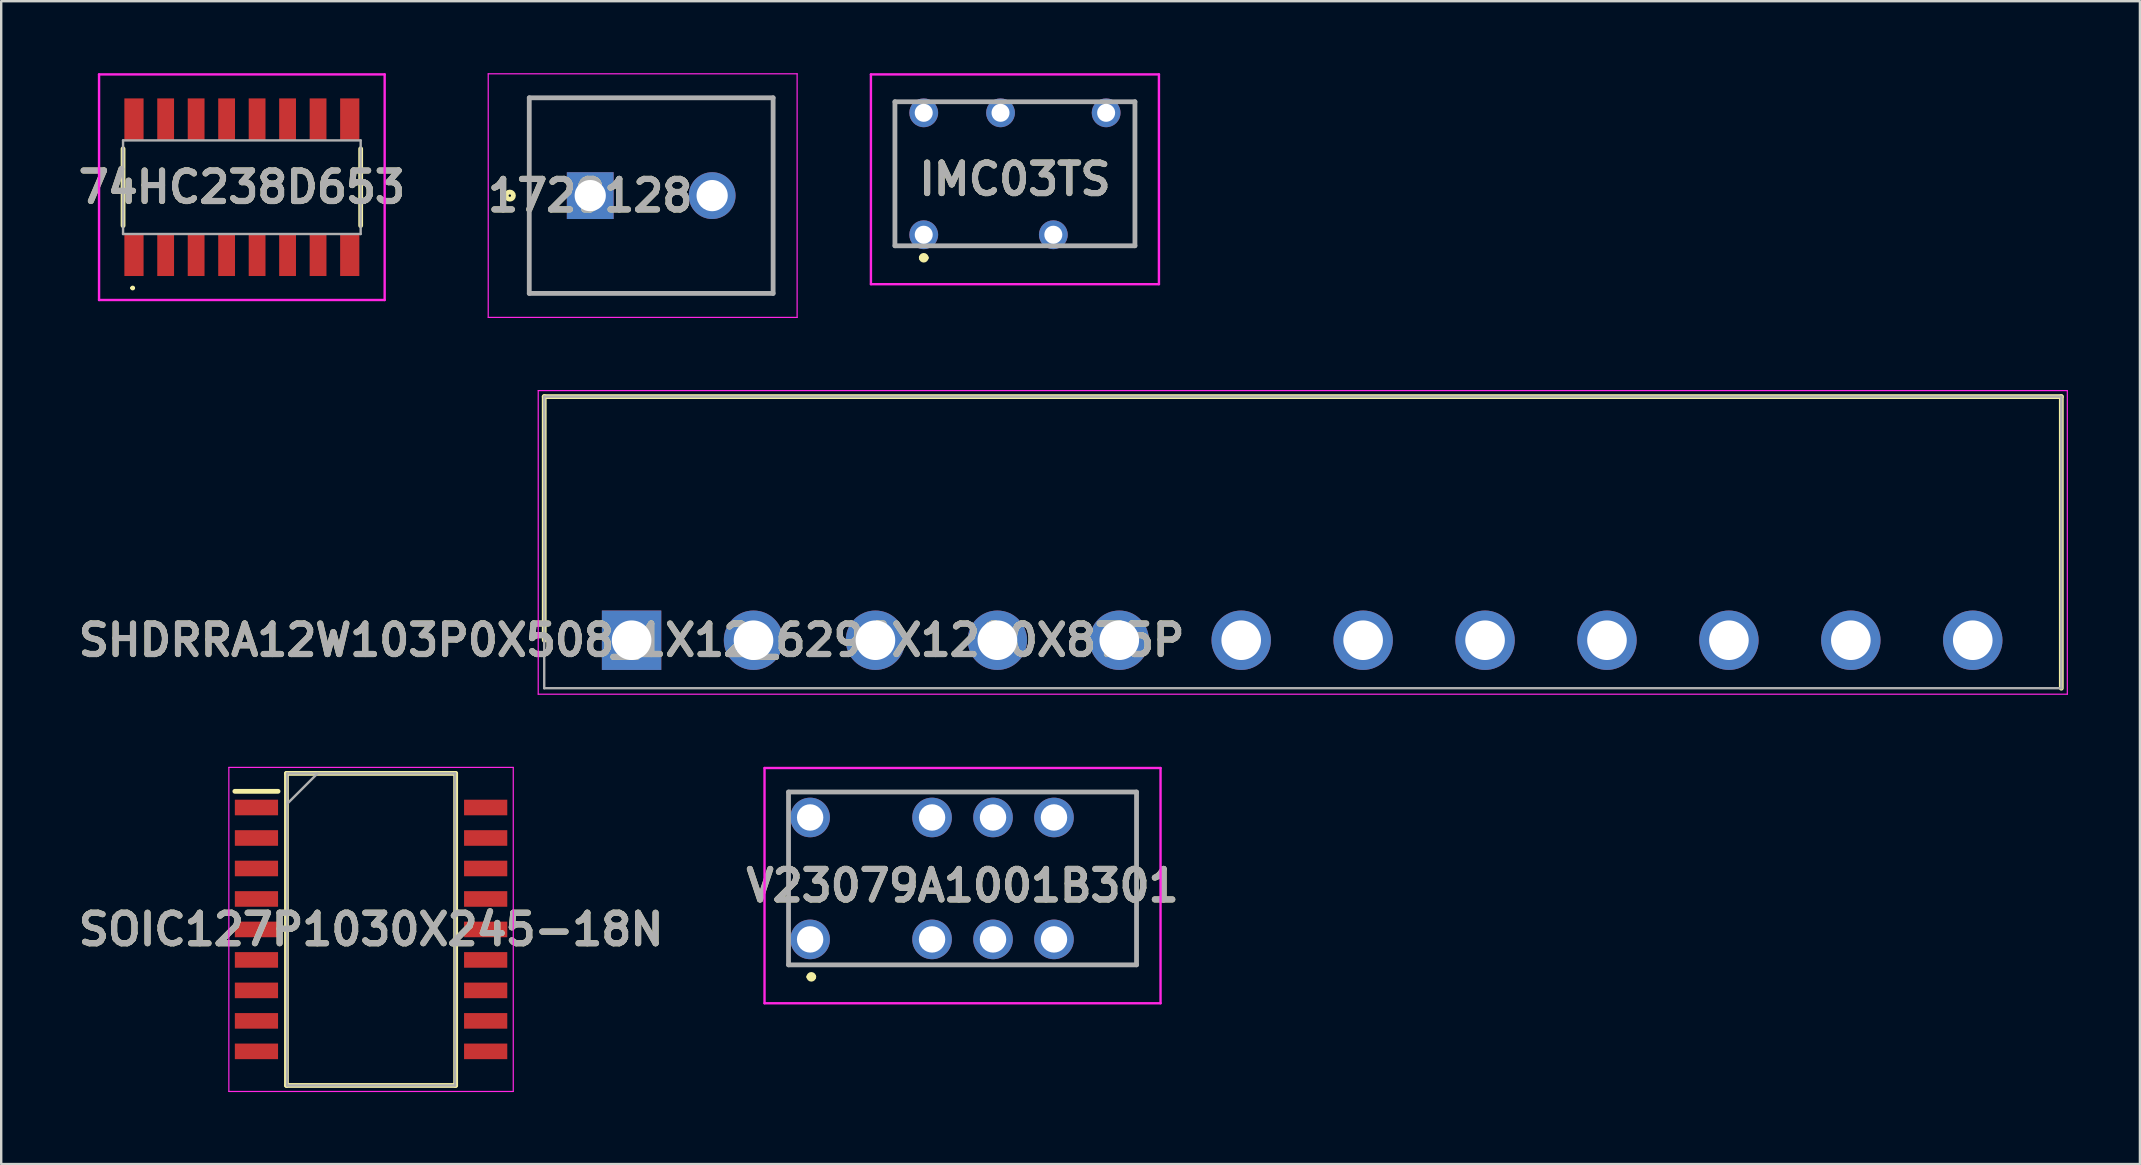
<source format=kicad_pcb>
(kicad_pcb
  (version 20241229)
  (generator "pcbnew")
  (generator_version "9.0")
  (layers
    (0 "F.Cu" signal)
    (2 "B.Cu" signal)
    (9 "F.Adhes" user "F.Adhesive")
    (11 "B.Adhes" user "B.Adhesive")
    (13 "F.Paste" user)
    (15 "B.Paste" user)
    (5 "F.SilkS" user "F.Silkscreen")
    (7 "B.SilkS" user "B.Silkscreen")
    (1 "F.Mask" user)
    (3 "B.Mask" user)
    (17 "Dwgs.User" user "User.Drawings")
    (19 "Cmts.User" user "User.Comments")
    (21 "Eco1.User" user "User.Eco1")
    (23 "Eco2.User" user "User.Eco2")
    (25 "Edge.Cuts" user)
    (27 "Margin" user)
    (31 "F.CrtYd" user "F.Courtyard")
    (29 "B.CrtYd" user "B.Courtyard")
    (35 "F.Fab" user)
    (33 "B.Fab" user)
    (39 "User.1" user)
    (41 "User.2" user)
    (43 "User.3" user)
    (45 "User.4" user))
  (footprint "1729128"
    (layer "F.Cu")
    (at 21.542 5.1)
    (property "Reference" "1729128" (at 0 0 0) (layer "F.SilkS") (effects (font (size 1.27 1.27) (thickness 0.254))))
    (attr through_hole)
    (fp_line (start -2.54 -4.075) (end 7.62 -4.075) (stroke (width 0.1) (type solid)) (layer "F.SilkS"))
    (fp_line (start -2.54 4.075) (end -2.54 -4.075) (stroke (width 0.1) (type solid)) (layer "F.SilkS"))
    (fp_line (start 7.62 -4.075) (end 7.62 4.075) (stroke (width 0.1) (type solid)) (layer "F.SilkS"))
    (fp_line (start 7.62 4.075) (end -2.54 4.075) (stroke (width 0.1) (type solid)) (layer "F.SilkS"))
    (fp_circle (center -3.35 0) (end -3.35 0.05) (stroke (width 0.2) (type solid)) (fill no) (layer "F.SilkS"))
    (fp_line (start -4.25 -5.075) (end 8.62 -5.075) (stroke (width 0.05) (type solid)) (layer "F.CrtYd"))
    (fp_line (start -4.25 5.075) (end -4.25 -5.075) (stroke (width 0.05) (type solid)) (layer "F.CrtYd"))
    (fp_line (start 8.62 -5.075) (end 8.62 5.075) (stroke (width 0.05) (type solid)) (layer "F.CrtYd"))
    (fp_line (start 8.62 5.075) (end -4.25 5.075) (stroke (width 0.05) (type solid)) (layer "F.CrtYd"))
    (fp_line (start -2.54 -4.075) (end 7.62 -4.075) (stroke (width 0.2) (type solid)) (layer "F.Fab"))
    (fp_line (start -2.54 4.075) (end -2.54 -4.075) (stroke (width 0.2) (type solid)) (layer "F.Fab"))
    (fp_line (start 7.62 -4.075) (end 7.62 4.075) (stroke (width 0.2) (type solid)) (layer "F.Fab"))
    (fp_line (start 7.62 4.075) (end -2.54 4.075) (stroke (width 0.2) (type solid)) (layer "F.Fab"))
    (fp_text user "${REFERENCE}" (at 0 0 0) (layer "F.Fab") (effects (font (size 1.27 1.27) (thickness 0.254))))
    (pad "1" thru_hole rect (at 0 0) (size 1.95 1.95) (drill 1.3) (layers "*.Cu" "*.Mask"))
    (pad "2" thru_hole circle (at 5.08 0) (size 1.95 1.95) (drill 1.3) (layers "*.Cu" "*.Mask")))
  (footprint "V23079A1001B301"
    (layer "F.Cu")
    (at 37.054 33.55)
    (property "Reference" "V23079A1001B301" (at 0 0.3 0) (layer "F.SilkS") (effects (font (size 1.27 1.27) (thickness 0.254))))
    (attr through_hole)
    (fp_line (start -7.25 -3.6) (end 7.25 -3.6) (stroke (width 0.1) (type solid)) (layer "F.SilkS"))
    (fp_line (start -7.25 -1.5) (end -7.25 1.5) (stroke (width 0.1) (type solid)) (layer "F.SilkS"))
    (fp_line (start -7.25 3.6) (end 7.25 3.6) (stroke (width 0.1) (type solid)) (layer "F.SilkS"))
    (fp_line (start -6.4 4.1) (end -6.4 4.1) (stroke (width 0.2) (type solid)) (layer "F.SilkS"))
    (fp_line (start -6.2 4.1) (end -6.2 4.1) (stroke (width 0.2) (type solid)) (layer "F.SilkS"))
    (fp_line (start 7.25 -3.6) (end 7.25 3.6) (stroke (width 0.1) (type solid)) (layer "F.SilkS"))
    (fp_arc (start -6.4 4.1) (mid -6.3 4) (end -6.2 4.1) (stroke (width 0.2) (type solid)) (layer "F.SilkS"))
    (fp_arc (start -6.2 4.1) (mid -6.3 4.2) (end -6.4 4.1) (stroke (width 0.2) (type solid)) (layer "F.SilkS"))
    (fp_line (start -8.25 -4.6) (end 8.25 -4.6) (stroke (width 0.1) (type solid)) (layer "F.CrtYd"))
    (fp_line (start -8.25 5.2) (end -8.25 -4.6) (stroke (width 0.1) (type solid)) (layer "F.CrtYd"))
    (fp_line (start 8.25 -4.6) (end 8.25 5.2) (stroke (width 0.1) (type solid)) (layer "F.CrtYd"))
    (fp_line (start 8.25 5.2) (end -8.25 5.2) (stroke (width 0.1) (type solid)) (layer "F.CrtYd"))
    (fp_line (start -7.25 -3.6) (end 7.25 -3.6) (stroke (width 0.2) (type solid)) (layer "F.Fab"))
    (fp_line (start -7.25 3.6) (end -7.25 -3.6) (stroke (width 0.2) (type solid)) (layer "F.Fab"))
    (fp_line (start 7.25 -3.6) (end 7.25 3.6) (stroke (width 0.2) (type solid)) (layer "F.Fab"))
    (fp_line (start 7.25 3.6) (end -7.25 3.6) (stroke (width 0.2) (type solid)) (layer "F.Fab"))
    (fp_text user "${REFERENCE}" (at 0 0.3 0) (layer "F.Fab") (effects (font (size 1.27 1.27) (thickness 0.254))))
    (pad "1" thru_hole circle (at -6.35 2.54) (size 1.65 1.65) (drill 1.1) (layers "*.Cu" "*.Mask"))
    (pad "3" thru_hole circle (at -1.27 2.54) (size 1.65 1.65) (drill 1.1) (layers "*.Cu" "*.Mask"))
    (pad "4" thru_hole circle (at 1.27 2.54) (size 1.65 1.65) (drill 1.1) (layers "*.Cu" "*.Mask"))
    (pad "5" thru_hole circle (at 3.81 2.54) (size 1.65 1.65) (drill 1.1) (layers "*.Cu" "*.Mask"))
    (pad "8" thru_hole circle (at 3.81 -2.54) (size 1.65 1.65) (drill 1.1) (layers "*.Cu" "*.Mask"))
    (pad "9" thru_hole circle (at 1.27 -2.54) (size 1.65 1.65) (drill 1.1) (layers "*.Cu" "*.Mask"))
    (pad "10" thru_hole circle (at -1.27 -2.54) (size 1.65 1.65) (drill 1.1) (layers "*.Cu" "*.Mask"))
    (pad "12" thru_hole circle (at -6.35 -2.54) (size 1.65 1.65) (drill 1.1) (layers "*.Cu" "*.Mask")))
  (footprint "SOIC127P1030X245-18N"
    (layer "F.Cu")
    (at 12.41 35.675)
    (property "Reference" "SOIC127P1030X245-18N" (at 0 0 0) (layer "F.SilkS") (effects (font (size 1.27 1.27) (thickness 0.254))))
    (attr smd)
    (fp_line (start -5.675 -5.755) (end -3.875 -5.755) (stroke (width 0.2) (type solid)) (layer "F.SilkS"))
    (fp_line (start -3.525 -6.5) (end 3.525 -6.5) (stroke (width 0.2) (type solid)) (layer "F.SilkS"))
    (fp_line (start -3.525 6.5) (end -3.525 -6.5) (stroke (width 0.2) (type solid)) (layer "F.SilkS"))
    (fp_line (start 3.525 -6.5) (end 3.525 6.5) (stroke (width 0.2) (type solid)) (layer "F.SilkS"))
    (fp_line (start 3.525 6.5) (end -3.525 6.5) (stroke (width 0.2) (type solid)) (layer "F.SilkS"))
    (fp_line (start -5.925 -6.75) (end 5.925 -6.75) (stroke (width 0.05) (type solid)) (layer "F.CrtYd"))
    (fp_line (start -5.925 6.75) (end -5.925 -6.75) (stroke (width 0.05) (type solid)) (layer "F.CrtYd"))
    (fp_line (start 5.925 -6.75) (end 5.925 6.75) (stroke (width 0.05) (type solid)) (layer "F.CrtYd"))
    (fp_line (start 5.925 6.75) (end -5.925 6.75) (stroke (width 0.05) (type solid)) (layer "F.CrtYd"))
    (fp_line (start -3.5 -6.5) (end 3.5 -6.5) (stroke (width 0.1) (type solid)) (layer "F.Fab"))
    (fp_line (start -3.5 -5.23) (end -2.23 -6.5) (stroke (width 0.1) (type solid)) (layer "F.Fab"))
    (fp_line (start -3.5 6.5) (end -3.5 -6.5) (stroke (width 0.1) (type solid)) (layer "F.Fab"))
    (fp_line (start 3.5 -6.5) (end 3.5 6.5) (stroke (width 0.1) (type solid)) (layer "F.Fab"))
    (fp_line (start 3.5 6.5) (end -3.5 6.5) (stroke (width 0.1) (type solid)) (layer "F.Fab"))
    (fp_text user "${REFERENCE}" (at 0 0 0) (layer "F.Fab") (effects (font (size 1.27 1.27) (thickness 0.254))))
    (pad "1" smd rect (at -4.775 -5.08 90) (size 0.65 1.8) (layers "F.Cu" "F.Mask" "F.Paste"))
    (pad "2" smd rect (at -4.775 -3.81 90) (size 0.65 1.8) (layers "F.Cu" "F.Mask" "F.Paste"))
    (pad "3" smd rect (at -4.775 -2.54 90) (size 0.65 1.8) (layers "F.Cu" "F.Mask" "F.Paste"))
    (pad "4" smd rect (at -4.775 -1.27 90) (size 0.65 1.8) (layers "F.Cu" "F.Mask" "F.Paste"))
    (pad "5" smd rect (at -4.775 0 90) (size 0.65 1.8) (layers "F.Cu" "F.Mask" "F.Paste"))
    (pad "6" smd rect (at -4.775 1.27 90) (size 0.65 1.8) (layers "F.Cu" "F.Mask" "F.Paste"))
    (pad "7" smd rect (at -4.775 2.54 90) (size 0.65 1.8) (layers "F.Cu" "F.Mask" "F.Paste"))
    (pad "8" smd rect (at -4.775 3.81 90) (size 0.65 1.8) (layers "F.Cu" "F.Mask" "F.Paste"))
    (pad "9" smd rect (at -4.775 5.08 90) (size 0.65 1.8) (layers "F.Cu" "F.Mask" "F.Paste"))
    (pad "10" smd rect (at 4.775 5.08 90) (size 0.65 1.8) (layers "F.Cu" "F.Mask" "F.Paste"))
    (pad "11" smd rect (at 4.775 3.81 90) (size 0.65 1.8) (layers "F.Cu" "F.Mask" "F.Paste"))
    (pad "12" smd rect (at 4.775 2.54 90) (size 0.65 1.8) (layers "F.Cu" "F.Mask" "F.Paste"))
    (pad "13" smd rect (at 4.775 1.27 90) (size 0.65 1.8) (layers "F.Cu" "F.Mask" "F.Paste"))
    (pad "14" smd rect (at 4.775 0 90) (size 0.65 1.8) (layers "F.Cu" "F.Mask" "F.Paste"))
    (pad "15" smd rect (at 4.775 -1.27 90) (size 0.65 1.8) (layers "F.Cu" "F.Mask" "F.Paste"))
    (pad "16" smd rect (at 4.775 -2.54 90) (size 0.65 1.8) (layers "F.Cu" "F.Mask" "F.Paste"))
    (pad "17" smd rect (at 4.775 -3.81 90) (size 0.65 1.8) (layers "F.Cu" "F.Mask" "F.Paste"))
    (pad "18" smd rect (at 4.775 -5.08 90) (size 0.65 1.8) (layers "F.Cu" "F.Mask" "F.Paste")))
  (footprint "SHDRRA12W103P0X508_1X12_6296X1200X875P"
    (layer "F.Cu")
    (at 23.265 23.625)
    (property "Reference" "SHDRRA12W103P0X508_1X12_6296X1200X875P" (at 0 0 0) (layer "F.SilkS") (effects (font (size 1.27 1.27) (thickness 0.254))))
    (attr through_hole)
    (fp_line (start -3.64 -10.15) (end 59.57 -10.15) (stroke (width 0.2) (type solid)) (layer "F.SilkS"))
    (fp_line (start -3.64 0) (end -3.64 -10.15) (stroke (width 0.2) (type solid)) (layer "F.SilkS"))
    (fp_line (start 59.57 -10.15) (end 59.57 2) (stroke (width 0.2) (type solid)) (layer "F.SilkS"))
    (fp_line (start -3.89 -10.4) (end -3.89 2.25) (stroke (width 0.05) (type solid)) (layer "F.CrtYd"))
    (fp_line (start -3.89 2.25) (end 59.82 2.25) (stroke (width 0.05) (type solid)) (layer "F.CrtYd"))
    (fp_line (start 59.82 -10.4) (end -3.89 -10.4) (stroke (width 0.05) (type solid)) (layer "F.CrtYd"))
    (fp_line (start 59.82 2.25) (end 59.82 -10.4) (stroke (width 0.05) (type solid)) (layer "F.CrtYd"))
    (fp_line (start -3.64 -10.15) (end 59.57 -10.15) (stroke (width 0.1) (type solid)) (layer "F.Fab"))
    (fp_line (start -3.64 2) (end -3.64 -10.15) (stroke (width 0.1) (type solid)) (layer "F.Fab"))
    (fp_line (start 59.57 -10.15) (end 59.57 2) (stroke (width 0.1) (type solid)) (layer "F.Fab"))
    (fp_line (start 59.57 2) (end -3.64 2) (stroke (width 0.1) (type solid)) (layer "F.Fab"))
    (fp_text user "${REFERENCE}" (at 0 0 0) (layer "F.Fab") (effects (font (size 1.27 1.27) (thickness 0.254))))
    (pad "1" thru_hole rect (at 0 0) (size 2.475 2.475) (drill 1.65) (layers "*.Cu" "*.Mask"))
    (pad "2" thru_hole circle (at 5.08 0) (size 2.475 2.475) (drill 1.65) (layers "*.Cu" "*.Mask"))
    (pad "3" thru_hole circle (at 10.16 0) (size 2.475 2.475) (drill 1.65) (layers "*.Cu" "*.Mask"))
    (pad "4" thru_hole circle (at 15.24 0) (size 2.475 2.475) (drill 1.65) (layers "*.Cu" "*.Mask"))
    (pad "5" thru_hole circle (at 20.32 0) (size 2.475 2.475) (drill 1.65) (layers "*.Cu" "*.Mask"))
    (pad "6" thru_hole circle (at 25.4 0) (size 2.475 2.475) (drill 1.65) (layers "*.Cu" "*.Mask"))
    (pad "7" thru_hole circle (at 30.48 0) (size 2.475 2.475) (drill 1.65) (layers "*.Cu" "*.Mask"))
    (pad "8" thru_hole circle (at 35.56 0) (size 2.475 2.475) (drill 1.65) (layers "*.Cu" "*.Mask"))
    (pad "9" thru_hole circle (at 40.64 0) (size 2.475 2.475) (drill 1.65) (layers "*.Cu" "*.Mask"))
    (pad "10" thru_hole circle (at 45.72 0) (size 2.475 2.475) (drill 1.65) (layers "*.Cu" "*.Mask"))
    (pad "11" thru_hole circle (at 50.8 0) (size 2.475 2.475) (drill 1.65) (layers "*.Cu" "*.Mask"))
    (pad "12" thru_hole circle (at 55.88 0) (size 2.475 2.475) (drill 1.65) (layers "*.Cu" "*.Mask")))
  (footprint "IMC03TS"
    (layer "F.Cu")
    (at 39.237 4.42)
    (property "Reference" "IMC03TS" (at 0 0 0) (layer "F.SilkS") (effects (font (size 1.27 1.27) (thickness 0.254))))
    (attr through_hole)
    (fp_line (start -5 -3.23) (end -5 2.77) (stroke (width 0.1) (type solid)) (layer "F.SilkS"))
    (fp_line (start -3.9 3.27) (end -3.9 3.27) (stroke (width 0.2) (type solid)) (layer "F.SilkS"))
    (fp_line (start -3.7 3.27) (end -3.7 3.27) (stroke (width 0.2) (type solid)) (layer "F.SilkS"))
    (fp_line (start 5 -3.23) (end 5 2.77) (stroke (width 0.1) (type solid)) (layer "F.SilkS"))
    (fp_line (start 5 2.77) (end 2.62 2.77) (stroke (width 0.1) (type solid)) (layer "F.SilkS"))
    (fp_arc (start -3.9 3.27) (mid -3.8 3.17) (end -3.7 3.27) (stroke (width 0.2) (type solid)) (layer "F.SilkS"))
    (fp_arc (start -3.7 3.27) (mid -3.8 3.37) (end -3.9 3.27) (stroke (width 0.2) (type solid)) (layer "F.SilkS"))
    (fp_line (start -6 -4.37) (end 6 -4.37) (stroke (width 0.1) (type solid)) (layer "F.CrtYd"))
    (fp_line (start -6 4.37) (end -6 -4.37) (stroke (width 0.1) (type solid)) (layer "F.CrtYd"))
    (fp_line (start 6 -4.37) (end 6 4.37) (stroke (width 0.1) (type solid)) (layer "F.CrtYd"))
    (fp_line (start 6 4.37) (end -6 4.37) (stroke (width 0.1) (type solid)) (layer "F.CrtYd"))
    (fp_line (start -5 -3.23) (end 5 -3.23) (stroke (width 0.2) (type solid)) (layer "F.Fab"))
    (fp_line (start -5 2.77) (end -5 -3.23) (stroke (width 0.2) (type solid)) (layer "F.Fab"))
    (fp_line (start 5 -3.23) (end 5 2.77) (stroke (width 0.2) (type solid)) (layer "F.Fab"))
    (fp_line (start 5 2.77) (end -5 2.77) (stroke (width 0.2) (type solid)) (layer "F.Fab"))
    (fp_text user "${REFERENCE}" (at 0 0 0) (layer "F.Fab") (effects (font (size 1.27 1.27) (thickness 0.254))))
    (pad "1" thru_hole circle (at -3.8 2.31) (size 1.2 1.2) (drill 0.75) (layers "*.Cu" "*.Mask"))
    (pad "3" thru_hole circle (at 1.6 2.31) (size 1.2 1.2) (drill 0.75) (layers "*.Cu" "*.Mask"))
    (pad "5" thru_hole circle (at 3.8 -2.77) (size 1.2 1.2) (drill 0.75) (layers "*.Cu" "*.Mask"))
    (pad "7" thru_hole circle (at -0.6 -2.77) (size 1.2 1.2) (drill 0.75) (layers "*.Cu" "*.Mask"))
    (pad "8" thru_hole circle (at -3.8 -2.77) (size 1.2 1.2) (drill 0.75) (layers "*.Cu" "*.Mask")))
  (footprint "74HC238D653"
    (layer "F.Cu")
    (at 7.027 4.75)
    (property "Reference" "74HC238D653" (at 0 0 0) (layer "F.SilkS") (effects (font (size 1.27 1.27) (thickness 0.254))))
    (attr smd)
    (fp_line (start -4.95 1.6) (end -4.95 -1.6) (stroke (width 0.2) (type solid)) (layer "F.SilkS"))
    (fp_line (start -4.6 4.2) (end -4.6 4.2) (stroke (width 0.1) (type solid)) (layer "F.SilkS"))
    (fp_line (start -4.5 4.2) (end -4.5 4.2) (stroke (width 0.1) (type solid)) (layer "F.SilkS"))
    (fp_line (start 4.95 -1.6) (end 4.95 1.6) (stroke (width 0.2) (type solid)) (layer "F.SilkS"))
    (fp_arc (start -4.6 4.2) (mid -4.55 4.15) (end -4.5 4.2) (stroke (width 0.1) (type solid)) (layer "F.SilkS"))
    (fp_arc (start -4.5 4.2) (mid -4.55 4.25) (end -4.6 4.2) (stroke (width 0.1) (type solid)) (layer "F.SilkS"))
    (fp_line (start -5.95 -4.7) (end 5.95 -4.7) (stroke (width 0.1) (type solid)) (layer "F.CrtYd"))
    (fp_line (start -5.95 4.7) (end -5.95 -4.7) (stroke (width 0.1) (type solid)) (layer "F.CrtYd"))
    (fp_line (start 5.95 -4.7) (end 5.95 4.7) (stroke (width 0.1) (type solid)) (layer "F.CrtYd"))
    (fp_line (start 5.95 4.7) (end -5.95 4.7) (stroke (width 0.1) (type solid)) (layer "F.CrtYd"))
    (fp_line (start -4.95 -1.95) (end 4.95 -1.95) (stroke (width 0.1) (type solid)) (layer "F.Fab"))
    (fp_line (start -4.95 1.95) (end -4.95 -1.95) (stroke (width 0.1) (type solid)) (layer "F.Fab"))
    (fp_line (start 4.95 -1.95) (end 4.95 1.95) (stroke (width 0.1) (type solid)) (layer "F.Fab"))
    (fp_line (start 4.95 1.95) (end -4.95 1.95) (stroke (width 0.1) (type solid)) (layer "F.Fab"))
    (fp_text user "${REFERENCE}" (at 0 0 0) (layer "F.Fab") (effects (font (size 1.27 1.27) (thickness 0.254))))
    (pad "1" smd rect (at -4.495 2.825) (size 0.8 1.75) (layers "F.Cu" "F.Mask" "F.Paste"))
    (pad "2" smd rect (at -3.175 2.825) (size 0.7 1.75) (layers "F.Cu" "F.Mask" "F.Paste"))
    (pad "3" smd rect (at -1.905 2.825) (size 0.7 1.75) (layers "F.Cu" "F.Mask" "F.Paste"))
    (pad "4" smd rect (at -0.635 2.825) (size 0.7 1.75) (layers "F.Cu" "F.Mask" "F.Paste"))
    (pad "5" smd rect (at 0.635 2.825) (size 0.7 1.75) (layers "F.Cu" "F.Mask" "F.Paste"))
    (pad "6" smd rect (at 1.905 2.825) (size 0.7 1.75) (layers "F.Cu" "F.Mask" "F.Paste"))
    (pad "7" smd rect (at 3.175 2.825) (size 0.7 1.75) (layers "F.Cu" "F.Mask" "F.Paste"))
    (pad "8" smd rect (at 4.495 2.825) (size 0.8 1.75) (layers "F.Cu" "F.Mask" "F.Paste"))
    (pad "9" smd rect (at 4.495 -2.825) (size 0.8 1.75) (layers "F.Cu" "F.Mask" "F.Paste"))
    (pad "10" smd rect (at 3.175 -2.825) (size 0.7 1.75) (layers "F.Cu" "F.Mask" "F.Paste"))
    (pad "11" smd rect (at 1.905 -2.825) (size 0.7 1.75) (layers "F.Cu" "F.Mask" "F.Paste"))
    (pad "12" smd rect (at 0.635 -2.825) (size 0.7 1.75) (layers "F.Cu" "F.Mask" "F.Paste"))
    (pad "13" smd rect (at -0.635 -2.825) (size 0.7 1.75) (layers "F.Cu" "F.Mask" "F.Paste"))
    (pad "14" smd rect (at -1.905 -2.825) (size 0.7 1.75) (layers "F.Cu" "F.Mask" "F.Paste"))
    (pad "15" smd rect (at -3.175 -2.825) (size 0.7 1.75) (layers "F.Cu" "F.Mask" "F.Paste"))
    (pad "16" smd rect (at -4.495 -2.825) (size 0.8 1.75) (layers "F.Cu" "F.Mask" "F.Paste")))
  (gr_rect
    (start -3 -3)
    (end 86.11 45.45)
    (stroke (width 0.1) (type default))
    (fill no)
    (layer "Edge.Cuts")))
</source>
